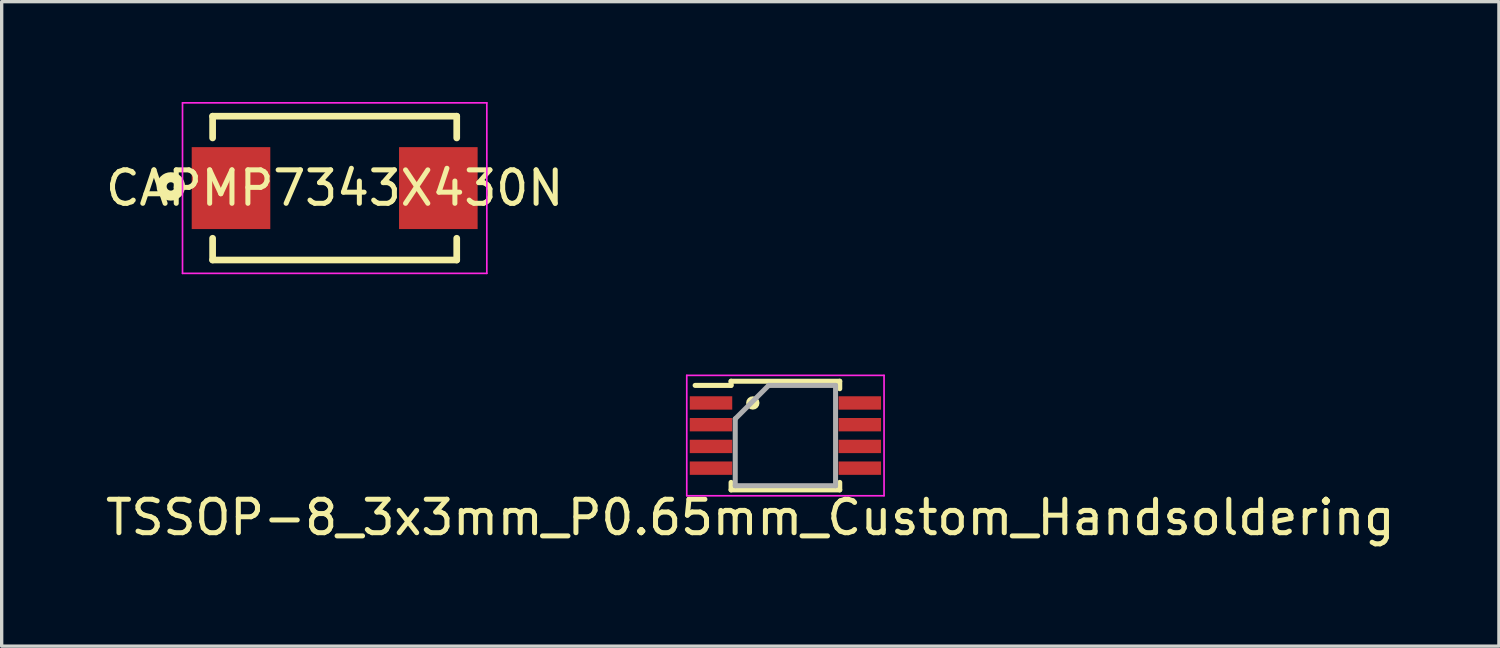
<source format=kicad_pcb>
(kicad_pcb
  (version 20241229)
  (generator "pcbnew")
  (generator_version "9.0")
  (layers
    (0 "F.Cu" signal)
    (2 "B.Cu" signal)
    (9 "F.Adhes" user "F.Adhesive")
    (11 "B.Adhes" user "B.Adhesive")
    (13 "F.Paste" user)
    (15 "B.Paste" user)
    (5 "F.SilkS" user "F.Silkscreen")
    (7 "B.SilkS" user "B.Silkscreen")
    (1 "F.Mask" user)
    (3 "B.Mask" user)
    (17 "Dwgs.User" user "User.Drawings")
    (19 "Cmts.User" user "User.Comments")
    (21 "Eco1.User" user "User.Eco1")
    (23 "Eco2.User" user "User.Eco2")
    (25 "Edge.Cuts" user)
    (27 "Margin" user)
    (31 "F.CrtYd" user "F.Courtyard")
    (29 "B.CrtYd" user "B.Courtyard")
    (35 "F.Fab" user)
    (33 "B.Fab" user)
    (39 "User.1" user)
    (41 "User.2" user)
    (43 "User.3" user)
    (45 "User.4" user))
  (footprint "CAPMP7343X430N"
    (layer "F.Cu")
    (at 6.958 2.575)
    (property "Reference" "CAPMP7343X430N" (at 0 0 180) (layer "F.SilkS") (effects (font (size 1 1) (thickness 0.15))))
    (attr through_hole)
    (fp_line (start -3.65 -2.15) (end -3.65 -1.5) (stroke (width 0.2) (type solid)) (layer "F.SilkS"))
    (fp_line (start -3.65 -2.15) (end 3.65 -2.15) (stroke (width 0.2) (type solid)) (layer "F.SilkS"))
    (fp_line (start -3.65 1.5) (end -3.65 2.15) (stroke (width 0.2) (type solid)) (layer "F.SilkS"))
    (fp_line (start 3.65 -2.15) (end 3.65 -1.5) (stroke (width 0.2) (type solid)) (layer "F.SilkS"))
    (fp_line (start 3.65 1.5) (end 3.65 2.15) (stroke (width 0.2) (type solid)) (layer "F.SilkS"))
    (fp_line (start 3.65 2.15) (end -3.65 2.15) (stroke (width 0.2) (type solid)) (layer "F.SilkS"))
    (fp_circle (center -4.9 -0.05) (end -4.775 -0.05) (stroke (width 0.3) (type solid)) (fill no) (layer "F.SilkS"))
    (fp_line (start -4.55 -2.55) (end -4.55 2.55) (stroke (width 0.05) (type solid)) (layer "F.CrtYd"))
    (fp_line (start -4.55 2.55) (end 4.55 2.55) (stroke (width 0.05) (type solid)) (layer "F.CrtYd"))
    (fp_line (start 4.55 -2.55) (end -4.55 -2.55) (stroke (width 0.05) (type solid)) (layer "F.CrtYd"))
    (fp_line (start 4.55 2.55) (end 4.55 -2.55) (stroke (width 0.05) (type solid)) (layer "F.CrtYd"))
    (pad "1" smd rect (at -3.1 0) (size 2.35 2.45) (layers "F.Cu" "F.Mask" "F.Paste"))
    (pad "2" smd rect (at 3.1 0) (size 2.35 2.45) (layers "F.Cu" "F.Mask" "F.Paste")))
  (footprint "TSSOP-8_3x3mm_P0.65mm_Custom_Handsoldering"
    (layer "F.Cu")
    (at 20.437 9.975)
    (property "Reference" "TSSOP-8_3x3mm_P0.65mm_Custom_Handsoldering" (at -1.05 2.45 180) (layer "F.SilkS") (effects (font (size 1 1) (thickness 0.15))))
    (attr smd)
    (fp_line (start -1.625 -1.625) (end -1.625 -1.5) (stroke (width 0.15) (type solid)) (layer "F.SilkS"))
    (fp_line (start -1.625 -1.625) (end 1.625 -1.625) (stroke (width 0.15) (type solid)) (layer "F.SilkS"))
    (fp_line (start -1.625 -1.5) (end -2.7 -1.5) (stroke (width 0.15) (type solid)) (layer "F.SilkS"))
    (fp_line (start -1.625 1.625) (end -1.625 1.4) (stroke (width 0.15) (type solid)) (layer "F.SilkS"))
    (fp_line (start -1.625 1.625) (end 1.625 1.625) (stroke (width 0.15) (type solid)) (layer "F.SilkS"))
    (fp_line (start 1.625 -1.625) (end 1.625 -1.4) (stroke (width 0.15) (type solid)) (layer "F.SilkS"))
    (fp_line (start 1.625 1.625) (end 1.625 1.4) (stroke (width 0.15) (type solid)) (layer "F.SilkS"))
    (fp_circle (center -0.975 -0.975) (end -0.875 -0.975) (stroke (width 0.2) (type solid)) (fill no) (layer "F.SilkS"))
    (fp_line (start -2.95 -1.8) (end -2.95 1.8) (stroke (width 0.05) (type solid)) (layer "F.CrtYd"))
    (fp_line (start -2.95 -1.8) (end 2.95 -1.8) (stroke (width 0.05) (type solid)) (layer "F.CrtYd"))
    (fp_line (start -2.95 1.8) (end 2.95 1.8) (stroke (width 0.05) (type solid)) (layer "F.CrtYd"))
    (fp_line (start 2.95 -1.8) (end 2.95 1.8) (stroke (width 0.05) (type solid)) (layer "F.CrtYd"))
    (fp_line (start -1.5 -0.5) (end -0.5 -1.5) (stroke (width 0.15) (type solid)) (layer "F.Fab"))
    (fp_line (start -1.5 1.5) (end -1.5 -0.5) (stroke (width 0.15) (type solid)) (layer "F.Fab"))
    (fp_line (start -0.5 -1.5) (end 1.5 -1.5) (stroke (width 0.15) (type solid)) (layer "F.Fab"))
    (fp_line (start 1.5 -1.5) (end 1.5 1.5) (stroke (width 0.15) (type solid)) (layer "F.Fab"))
    (fp_line (start 1.5 1.5) (end -1.5 1.5) (stroke (width 0.15) (type solid)) (layer "F.Fab"))
    (pad "1" smd rect (at -2.225 -0.975) (size 1.27 0.4) (layers "F.Cu" "F.Mask" "F.Paste"))
    (pad "2" smd rect (at -2.225 -0.325) (size 1.27 0.4) (layers "F.Cu" "F.Mask" "F.Paste"))
    (pad "3" smd rect (at -2.225 0.325) (size 1.27 0.4) (layers "F.Cu" "F.Mask" "F.Paste"))
    (pad "4" smd rect (at -2.225 0.975) (size 1.27 0.4) (layers "F.Cu" "F.Mask" "F.Paste"))
    (pad "5" smd rect (at 2.225 0.975) (size 1.27 0.4) (layers "F.Cu" "F.Mask" "F.Paste"))
    (pad "6" smd rect (at 2.225 0.325) (size 1.27 0.4) (layers "F.Cu" "F.Mask" "F.Paste"))
    (pad "7" smd rect (at 2.225 -0.325) (size 1.27 0.4) (layers "F.Cu" "F.Mask" "F.Paste"))
    (pad "8" smd rect (at 2.225 -0.975) (size 1.27 0.4) (layers "F.Cu" "F.Mask" "F.Paste")))
  (gr_rect
    (start -3 -3)
    (end 41.774 16.273)
    (stroke (width 0.1) (type default))
    (fill no)
    (layer "Edge.Cuts")))
</source>
